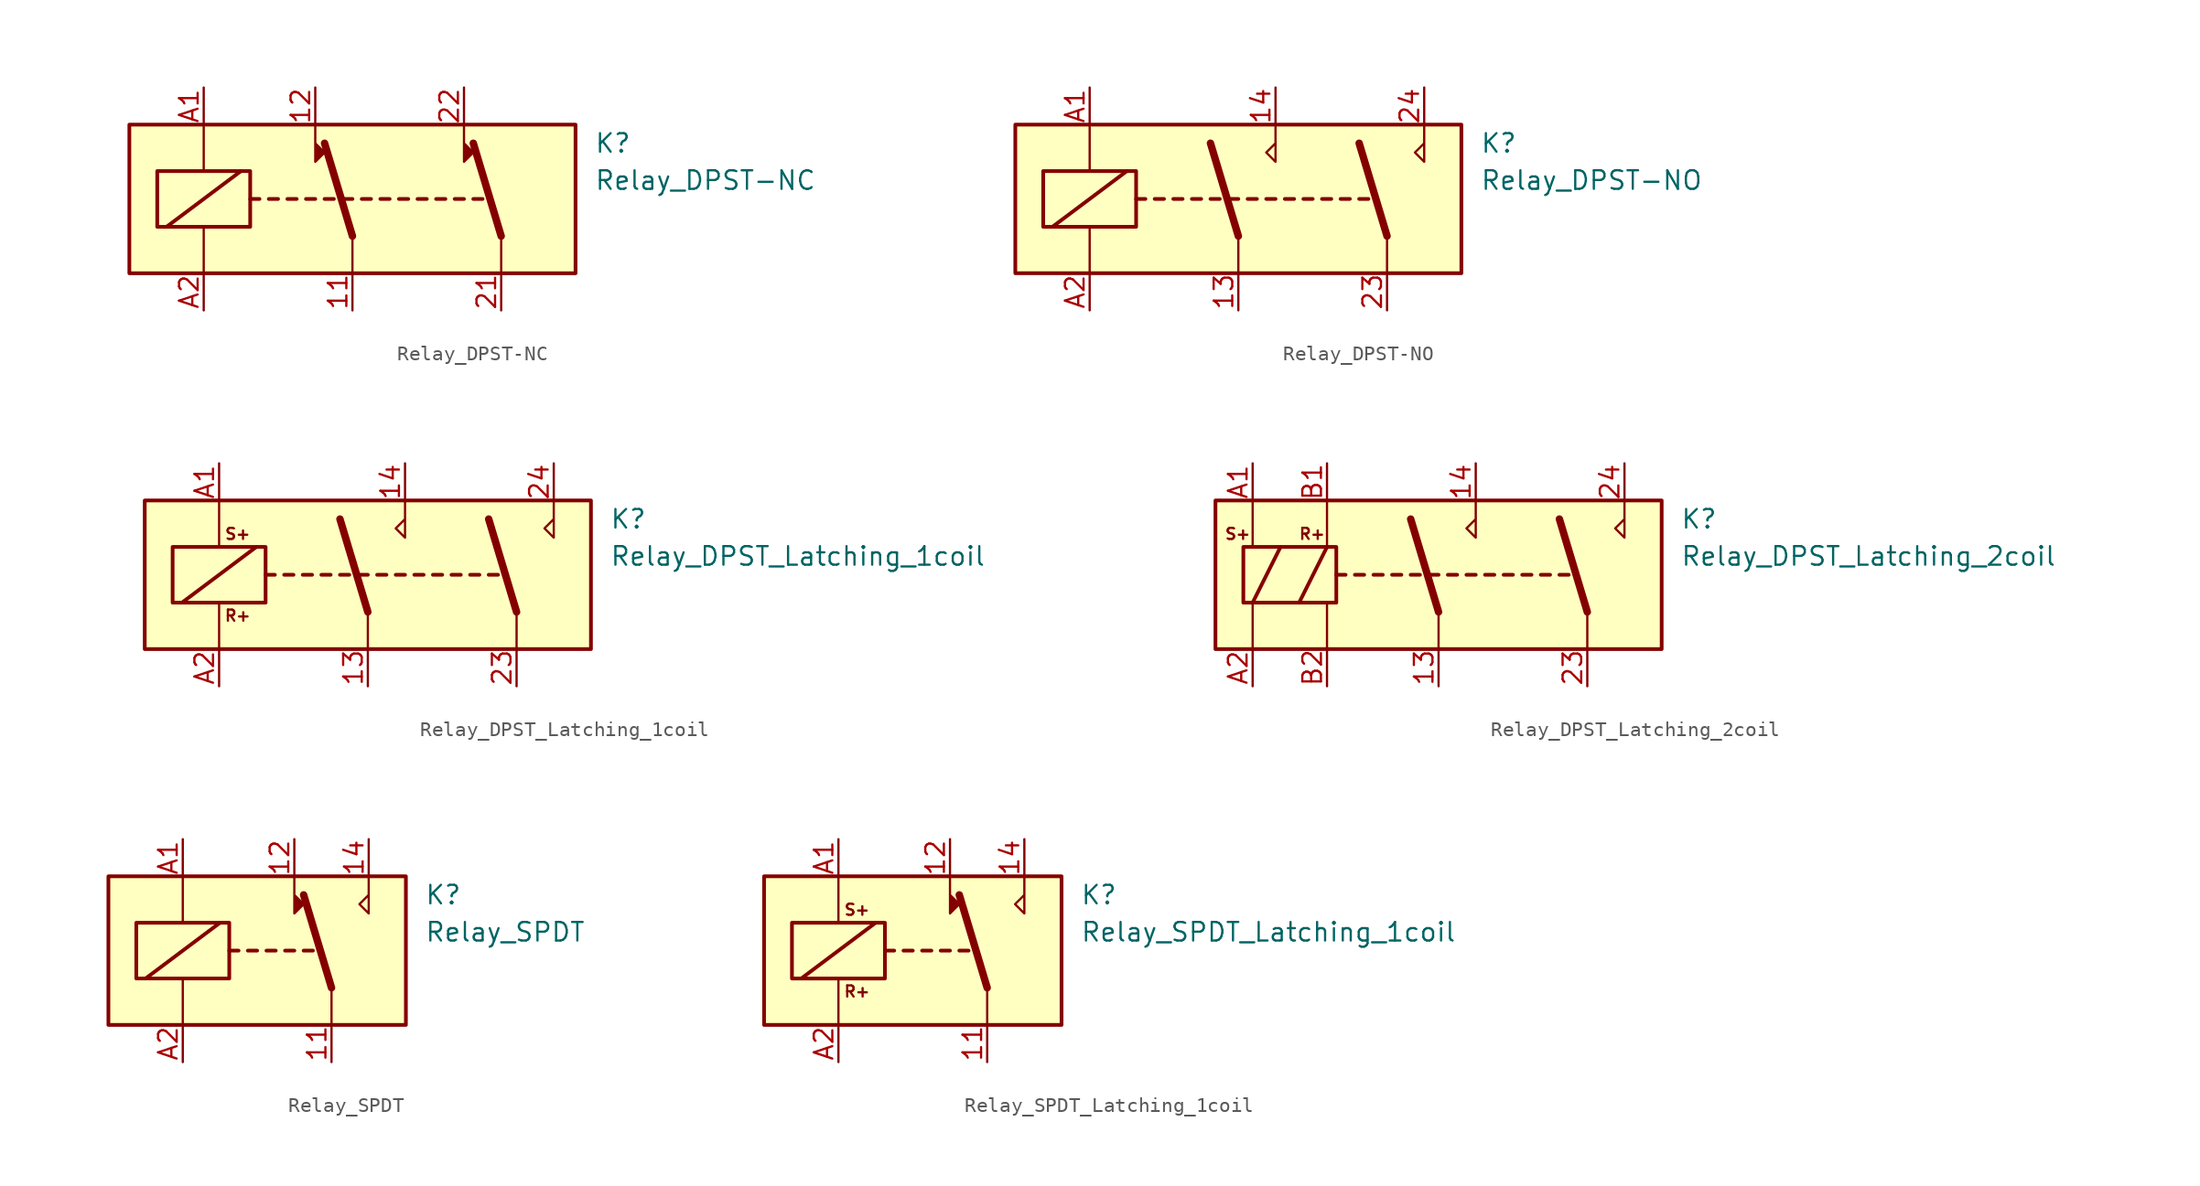
<source format=kicad_sym>
(kicad_symbol_lib
  (version 20231120)
  (generator "kicad_symbol_editor")
  (generator_version "8.0")
  (symbol "Relay_DPST-NC"
    (property "Reference" "K"
      (at 16.51 3.81 0)
      (effects (font (size 1.27 1.27)) (justify left)))
    (property "Value" "Relay_DPST-NC"
      (at 16.51 1.27 0)
      (effects (font (size 1.27 1.27)) (justify left)))
    (symbol "Relay_DPST-NC_0_1"
      (rectangle (start -13.335 1.905) (end -6.985 -1.905) (stroke (width 0.254) (type default)) (fill (type none)))
      (polyline (pts (xy -12.7 -1.905) (xy -7.62 1.905)) (stroke (width 0.254) (type default)) (fill (type none)))
      (polyline (pts (xy -10.16 -5.08) (xy -10.16 -1.905)) (stroke (width 0) (type default)) (fill (type none)))
      (polyline (pts (xy -10.16 5.08) (xy -10.16 1.905)) (stroke (width 0) (type default)) (fill (type none)))
      (polyline (pts (xy -6.985 0) (xy -6.35 0)) (stroke (width 0.254) (type default)) (fill (type none)))
      (polyline (pts (xy -5.715 0) (xy -5.08 0)) (stroke (width 0.254) (type default)) (fill (type none)))
      (polyline (pts (xy -4.445 0) (xy -3.81 0)) (stroke (width 0.254) (type default)) (fill (type none)))
      (polyline (pts (xy -3.175 0) (xy -2.54 0)) (stroke (width 0.254) (type default)) (fill (type none)))
      (polyline (pts (xy -1.905 0) (xy -1.27 0)) (stroke (width 0.254) (type default)) (fill (type none)))
      (polyline (pts (xy -0.635 0) (xy 0 0)) (stroke (width 0.254) (type default)) (fill (type none)))
      (polyline (pts (xy 0 -2.54) (xy -1.905 3.81)) (stroke (width 0.508) (type default)) (fill (type none)))
      (polyline (pts (xy 0 -2.54) (xy 0 -5.08)) (stroke (width 0) (type default)) (fill (type none)))
      (polyline (pts (xy 0.635 0) (xy 1.27 0)) (stroke (width 0.254) (type default)) (fill (type none)))
      (polyline (pts (xy 1.905 0) (xy 2.54 0)) (stroke (width 0.254) (type default)) (fill (type none)))
      (polyline (pts (xy 3.175 0) (xy 3.81 0)) (stroke (width 0.254) (type default)) (fill (type none)))
      (polyline (pts (xy 4.445 0) (xy 5.08 0)) (stroke (width 0.254) (type default)) (fill (type none)))
      (polyline (pts (xy 5.715 0) (xy 6.35 0)) (stroke (width 0.254) (type default)) (fill (type none)))
      (polyline (pts (xy 6.985 0) (xy 7.62 0)) (stroke (width 0.254) (type default)) (fill (type none)))
      (polyline (pts (xy 8.255 0) (xy 8.89 0)) (stroke (width 0.254) (type default)) (fill (type none)))
      (polyline (pts (xy 10.16 -2.54) (xy 8.255 3.81)) (stroke (width 0.508) (type default)) (fill (type none)))
      (polyline (pts (xy 10.16 -2.54) (xy 10.16 -5.08)) (stroke (width 0) (type default)) (fill (type none)))
      (polyline (pts (xy -2.54 5.08) (xy -2.54 2.54) (xy -1.905 3.175) (xy -2.54 3.81)) (stroke (width 0) (type default)) (fill (type outline)))
      (polyline (pts (xy 7.62 5.08) (xy 7.62 2.54) (xy 8.255 3.175) (xy 7.62 3.81)) (stroke (width 0) (type default)) (fill (type outline))))
    (symbol "Relay_DPST-NC_1_1"
      (rectangle (start -15.24 5.08) (end 15.24 -5.08) (stroke (width 0.254) (type default)) (fill (type background)))
      (pin passive line (at 0 -7.62 90) (length 2.54) (name "~" (effects (font (size 1.27 1.27)))) (number "11" (effects (font (size 1.27 1.27)))))
      (pin passive line (at -2.54 7.62 270) (length 2.54) (name "~" (effects (font (size 1.27 1.27)))) (number "12" (effects (font (size 1.27 1.27)))))
      (pin passive line (at 10.16 -7.62 90) (length 2.54) (name "~" (effects (font (size 1.27 1.27)))) (number "21" (effects (font (size 1.27 1.27)))))
      (pin passive line (at 7.62 7.62 270) (length 2.54) (name "~" (effects (font (size 1.27 1.27)))) (number "22" (effects (font (size 1.27 1.27)))))
      (pin passive line (at -10.16 7.62 270) (length 2.54) (name "~" (effects (font (size 1.27 1.27)))) (number "A1" (effects (font (size 1.27 1.27)))))
      (pin passive line (at -10.16 -7.62 90) (length 2.54) (name "~" (effects (font (size 1.27 1.27)))) (number "A2" (effects (font (size 1.27 1.27)))))))
  (symbol "Relay_DPST-NO"
    (property "Reference" "K"
      (at 16.51 3.81 0)
      (effects (font (size 1.27 1.27)) (justify left)))
    (property "Value" "Relay_DPST-NO"
      (at 16.51 1.27 0)
      (effects (font (size 1.27 1.27)) (justify left)))
    (symbol "Relay_DPST-NO_0_1"
      (rectangle (start -15.24 5.08) (end 15.24 -5.08) (stroke (width 0.254) (type default)) (fill (type background)))
      (rectangle (start -13.335 1.905) (end -6.985 -1.905) (stroke (width 0.254) (type default)) (fill (type none)))
      (polyline (pts (xy -12.7 -1.905) (xy -7.62 1.905)) (stroke (width 0.254) (type default)) (fill (type none)))
      (polyline (pts (xy -10.16 -5.08) (xy -10.16 -1.905)) (stroke (width 0) (type default)) (fill (type none)))
      (polyline (pts (xy -10.16 5.08) (xy -10.16 1.905)) (stroke (width 0) (type default)) (fill (type none)))
      (polyline (pts (xy -6.985 0) (xy -6.35 0)) (stroke (width 0.254) (type default)) (fill (type none)))
      (polyline (pts (xy -5.715 0) (xy -5.08 0)) (stroke (width 0.254) (type default)) (fill (type none)))
      (polyline (pts (xy -4.445 0) (xy -3.81 0)) (stroke (width 0.254) (type default)) (fill (type none)))
      (polyline (pts (xy -3.175 0) (xy -2.54 0)) (stroke (width 0.254) (type default)) (fill (type none)))
      (polyline (pts (xy -1.905 0) (xy -1.27 0)) (stroke (width 0.254) (type default)) (fill (type none)))
      (polyline (pts (xy -0.635 0) (xy 0 0)) (stroke (width 0.254) (type default)) (fill (type none)))
      (polyline (pts (xy 0 -2.54) (xy -1.905 3.81)) (stroke (width 0.508) (type default)) (fill (type none)))
      (polyline (pts (xy 0 -2.54) (xy 0 -5.08)) (stroke (width 0) (type default)) (fill (type none)))
      (polyline (pts (xy 0.635 0) (xy 1.27 0)) (stroke (width 0.254) (type default)) (fill (type none)))
      (polyline (pts (xy 1.905 0) (xy 2.54 0)) (stroke (width 0.254) (type default)) (fill (type none)))
      (polyline (pts (xy 3.175 0) (xy 3.81 0)) (stroke (width 0.254) (type default)) (fill (type none)))
      (polyline (pts (xy 4.445 0) (xy 5.08 0)) (stroke (width 0.254) (type default)) (fill (type none)))
      (polyline (pts (xy 5.715 0) (xy 6.35 0)) (stroke (width 0.254) (type default)) (fill (type none)))
      (polyline (pts (xy 6.985 0) (xy 7.62 0)) (stroke (width 0.254) (type default)) (fill (type none)))
      (polyline (pts (xy 8.255 0) (xy 8.89 0)) (stroke (width 0.254) (type default)) (fill (type none)))
      (polyline (pts (xy 10.16 -2.54) (xy 8.255 3.81)) (stroke (width 0.508) (type default)) (fill (type none)))
      (polyline (pts (xy 10.16 -2.54) (xy 10.16 -5.08)) (stroke (width 0) (type default)) (fill (type none)))
      (polyline (pts (xy 2.54 5.08) (xy 2.54 2.54) (xy 1.905 3.175) (xy 2.54 3.81)) (stroke (width 0) (type default)) (fill (type none)))
      (polyline (pts (xy 12.7 5.08) (xy 12.7 2.54) (xy 12.065 3.175) (xy 12.7 3.81)) (stroke (width 0) (type default)) (fill (type none))))
    (symbol "Relay_DPST-NO_1_1"
      (pin passive line (at 0 -7.62 90) (length 2.54) (name "~" (effects (font (size 1.27 1.27)))) (number "13" (effects (font (size 1.27 1.27)))))
      (pin passive line (at 2.54 7.62 270) (length 2.54) (name "~" (effects (font (size 1.27 1.27)))) (number "14" (effects (font (size 1.27 1.27)))))
      (pin passive line (at 10.16 -7.62 90) (length 2.54) (name "~" (effects (font (size 1.27 1.27)))) (number "23" (effects (font (size 1.27 1.27)))))
      (pin passive line (at 12.7 7.62 270) (length 2.54) (name "~" (effects (font (size 1.27 1.27)))) (number "24" (effects (font (size 1.27 1.27)))))
      (pin passive line (at -10.16 7.62 270) (length 2.54) (name "~" (effects (font (size 1.27 1.27)))) (number "A1" (effects (font (size 1.27 1.27)))))
      (pin passive line (at -10.16 -7.62 90) (length 2.54) (name "~" (effects (font (size 1.27 1.27)))) (number "A2" (effects (font (size 1.27 1.27)))))))
  (symbol "Relay_DPST_Latching_1coil"
    (property "Reference" "K"
      (at 16.51 3.81 0)
      (effects (font (size 1.27 1.27)) (justify left)))
    (property "Value" "Relay_DPST_Latching_1coil"
      (at 16.51 1.27 0)
      (effects (font (size 1.27 1.27)) (justify left)))
    (symbol "Relay_DPST_Latching_1coil_0_1"
      (rectangle (start -13.335 1.905) (end -6.985 -1.905) (stroke (width 0.254) (type default)) (fill (type none)))
      (polyline (pts (xy -12.7 -1.905) (xy -7.62 1.905)) (stroke (width 0.254) (type default)) (fill (type none)))
      (polyline (pts (xy -10.16 -5.08) (xy -10.16 -1.905)) (stroke (width 0) (type default)) (fill (type none)))
      (polyline (pts (xy -10.16 5.08) (xy -10.16 1.905)) (stroke (width 0) (type default)) (fill (type none)))
      (polyline (pts (xy -6.985 0) (xy -6.35 0)) (stroke (width 0.254) (type default)) (fill (type none)))
      (polyline (pts (xy -5.715 0) (xy -5.08 0)) (stroke (width 0.254) (type default)) (fill (type none)))
      (polyline (pts (xy -4.445 0) (xy -3.81 0)) (stroke (width 0.254) (type default)) (fill (type none)))
      (polyline (pts (xy -3.175 0) (xy -2.54 0)) (stroke (width 0.254) (type default)) (fill (type none)))
      (polyline (pts (xy -1.905 0) (xy -1.27 0)) (stroke (width 0.254) (type default)) (fill (type none)))
      (polyline (pts (xy -0.635 0) (xy 0 0)) (stroke (width 0.254) (type default)) (fill (type none)))
      (polyline (pts (xy 0 -2.54) (xy -1.905 3.81)) (stroke (width 0.508) (type default)) (fill (type none)))
      (polyline (pts (xy 0 -2.54) (xy 0 -5.08)) (stroke (width 0) (type default)) (fill (type none)))
      (polyline (pts (xy 0.635 0) (xy 1.27 0)) (stroke (width 0.254) (type default)) (fill (type none)))
      (polyline (pts (xy 1.905 0) (xy 2.54 0)) (stroke (width 0.254) (type default)) (fill (type none)))
      (polyline (pts (xy 3.175 0) (xy 3.81 0)) (stroke (width 0.254) (type default)) (fill (type none)))
      (polyline (pts (xy 4.445 0) (xy 5.08 0)) (stroke (width 0.254) (type default)) (fill (type none)))
      (polyline (pts (xy 5.715 0) (xy 6.35 0)) (stroke (width 0.254) (type default)) (fill (type none)))
      (polyline (pts (xy 6.985 0) (xy 7.62 0)) (stroke (width 0.254) (type default)) (fill (type none)))
      (polyline (pts (xy 8.255 0) (xy 8.89 0)) (stroke (width 0.254) (type default)) (fill (type none)))
      (polyline (pts (xy 10.16 -2.54) (xy 8.255 3.81)) (stroke (width 0.508) (type default)) (fill (type none)))
      (polyline (pts (xy 10.16 -2.54) (xy 10.16 -5.08)) (stroke (width 0) (type default)) (fill (type none)))
      (polyline (pts (xy 2.54 5.08) (xy 2.54 2.54) (xy 1.905 3.175) (xy 2.54 3.81)) (stroke (width 0) (type default)) (fill (type none)))
      (polyline (pts (xy 12.7 5.08) (xy 12.7 2.54) (xy 12.065 3.175) (xy 12.7 3.81)) (stroke (width 0) (type default)) (fill (type none))))
    (symbol "Relay_DPST_Latching_1coil_1_0"
      (text "R+" (at -8.89 -2.794 0) (effects (font (size 0.762 0.762))))
      (text "S+" (at -8.89 2.794 0) (effects (font (size 0.762 0.762)))))
    (symbol "Relay_DPST_Latching_1coil_1_1"
      (rectangle (start -15.24 5.08) (end 15.24 -5.08) (stroke (width 0.254) (type default)) (fill (type background)))
      (pin passive line (at 0 -7.62 90) (length 2.54) (name "~" (effects (font (size 1.27 1.27)))) (number "13" (effects (font (size 1.27 1.27)))))
      (pin passive line (at 2.54 7.62 270) (length 2.54) (name "~" (effects (font (size 1.27 1.27)))) (number "14" (effects (font (size 1.27 1.27)))))
      (pin passive line (at 10.16 -7.62 90) (length 2.54) (name "~" (effects (font (size 1.27 1.27)))) (number "23" (effects (font (size 1.27 1.27)))))
      (pin passive line (at 12.7 7.62 270) (length 2.54) (name "~" (effects (font (size 1.27 1.27)))) (number "24" (effects (font (size 1.27 1.27)))))
      (pin passive line (at -10.16 7.62 270) (length 2.54) (name "~" (effects (font (size 1.27 1.27)))) (number "A1" (effects (font (size 1.27 1.27)))))
      (pin passive line (at -10.16 -7.62 90) (length 2.54) (name "~" (effects (font (size 1.27 1.27)))) (number "A2" (effects (font (size 1.27 1.27)))))))
  (symbol "Relay_DPST_Latching_2coil"
    (property "Reference" "K"
      (at 16.51 3.81 0)
      (effects (font (size 1.27 1.27)) (justify left)))
    (property "Value" "Relay_DPST_Latching_2coil"
      (at 16.51 1.27 0)
      (effects (font (size 1.27 1.27)) (justify left)))
    (symbol "Relay_DPST_Latching_2coil_0_0"
      (polyline (pts (xy 2.54 5.08) (xy 2.54 2.54) (xy 1.905 3.175) (xy 2.54 3.81)) (stroke (width 0) (type default)) (fill (type none)))
      (polyline (pts (xy 12.7 5.08) (xy 12.7 2.54) (xy 12.065 3.175) (xy 12.7 3.81)) (stroke (width 0) (type default)) (fill (type none))))
    (symbol "Relay_DPST_Latching_2coil_0_1"
      (rectangle (start -13.335 1.905) (end -6.985 -1.905) (stroke (width 0.254) (type default)) (fill (type none)))
      (polyline (pts (xy -12.7 -5.08) (xy -12.7 -1.905)) (stroke (width 0) (type default)) (fill (type none)))
      (polyline (pts (xy -12.7 5.08) (xy -12.7 1.905)) (stroke (width 0) (type default)) (fill (type none)))
      (polyline (pts (xy -7.62 -5.08) (xy -7.62 -1.905)) (stroke (width 0) (type default)) (fill (type none)))
      (polyline (pts (xy -7.62 5.08) (xy -7.62 1.905)) (stroke (width 0) (type default)) (fill (type none)))
      (polyline (pts (xy -6.985 0) (xy -6.35 0)) (stroke (width 0.254) (type default)) (fill (type none)))
      (polyline (pts (xy -5.715 0) (xy -5.08 0)) (stroke (width 0.254) (type default)) (fill (type none)))
      (polyline (pts (xy -4.445 0) (xy -3.81 0)) (stroke (width 0.254) (type default)) (fill (type none)))
      (polyline (pts (xy -3.175 0) (xy -2.54 0)) (stroke (width 0.254) (type default)) (fill (type none)))
      (polyline (pts (xy -1.905 0) (xy -1.27 0)) (stroke (width 0.254) (type default)) (fill (type none)))
      (polyline (pts (xy -0.635 0) (xy 0 0)) (stroke (width 0.254) (type default)) (fill (type none)))
      (polyline (pts (xy 0 -2.54) (xy -1.905 3.81)) (stroke (width 0.508) (type default)) (fill (type none)))
      (polyline (pts (xy 0 -2.54) (xy 0 -5.08)) (stroke (width 0) (type default)) (fill (type none)))
      (polyline (pts (xy 0.635 0) (xy 1.27 0)) (stroke (width 0.254) (type default)) (fill (type none)))
      (polyline (pts (xy 1.905 0) (xy 2.54 0)) (stroke (width 0.254) (type default)) (fill (type none)))
      (polyline (pts (xy 3.175 0) (xy 3.81 0)) (stroke (width 0.254) (type default)) (fill (type none)))
      (polyline (pts (xy 4.445 0) (xy 5.08 0)) (stroke (width 0.254) (type default)) (fill (type none)))
      (polyline (pts (xy 5.715 0) (xy 6.35 0)) (stroke (width 0.254) (type default)) (fill (type none)))
      (polyline (pts (xy 6.985 0) (xy 7.62 0)) (stroke (width 0.254) (type default)) (fill (type none)))
      (polyline (pts (xy 8.255 0) (xy 8.89 0)) (stroke (width 0.254) (type default)) (fill (type none)))
      (polyline (pts (xy 10.16 -2.54) (xy 8.255 3.81)) (stroke (width 0.508) (type default)) (fill (type none)))
      (polyline (pts (xy 10.16 -2.54) (xy 10.16 -5.08)) (stroke (width 0) (type default)) (fill (type none))))
    (symbol "Relay_DPST_Latching_2coil_1_0"
      (text "R+" (at -8.636 2.794 0) (effects (font (size 0.762 0.762))))
      (text "S+" (at -13.716 2.794 0) (effects (font (size 0.762 0.762)))))
    (symbol "Relay_DPST_Latching_2coil_1_1"
      (rectangle (start -15.24 5.08) (end 15.24 -5.08) (stroke (width 0.254) (type default)) (fill (type background)))
      (polyline (pts (xy -12.7 -1.905) (xy -10.795 1.905)) (stroke (width 0.254) (type default)) (fill (type none)))
      (polyline (pts (xy -9.525 -1.905) (xy -7.62 1.905)) (stroke (width 0.254) (type default)) (fill (type none)))
      (pin passive line (at 0 -7.62 90) (length 2.54) (name "~" (effects (font (size 1.27 1.27)))) (number "13" (effects (font (size 1.27 1.27)))))
      (pin passive line (at 2.54 7.62 270) (length 2.54) (name "~" (effects (font (size 1.27 1.27)))) (number "14" (effects (font (size 1.27 1.27)))))
      (pin passive line (at 10.16 -7.62 90) (length 2.54) (name "~" (effects (font (size 1.27 1.27)))) (number "23" (effects (font (size 1.27 1.27)))))
      (pin passive line (at 12.7 7.62 270) (length 2.54) (name "~" (effects (font (size 1.27 1.27)))) (number "24" (effects (font (size 1.27 1.27)))))
      (pin passive line (at -12.7 7.62 270) (length 2.54) (name "~" (effects (font (size 1.27 1.27)))) (number "A1" (effects (font (size 1.27 1.27)))))
      (pin passive line (at -12.7 -7.62 90) (length 2.54) (name "~" (effects (font (size 1.27 1.27)))) (number "A2" (effects (font (size 1.27 1.27)))))
      (pin passive line (at -7.62 7.62 270) (length 2.54) (name "~" (effects (font (size 1.27 1.27)))) (number "B1" (effects (font (size 1.27 1.27)))))
      (pin passive line (at -7.62 -7.62 90) (length 2.54) (name "~" (effects (font (size 1.27 1.27)))) (number "B2" (effects (font (size 1.27 1.27)))))))
  (symbol "Relay_SPDT"
    (property "Reference" "K"
      (at 11.43 3.81 0)
      (effects (font (size 1.27 1.27)) (justify left)))
    (property "Value" "Relay_SPDT"
      (at 11.43 1.27 0)
      (effects (font (size 1.27 1.27)) (justify left)))
    (symbol "Relay_SPDT_0_0"
      (polyline (pts (xy 7.62 5.08) (xy 7.62 2.54) (xy 6.985 3.175) (xy 7.62 3.81)) (stroke (width 0) (type default)) (fill (type none))))
    (symbol "Relay_SPDT_0_1"
      (rectangle (start -10.16 5.08) (end 10.16 -5.08) (stroke (width 0.254) (type default)) (fill (type background)))
      (rectangle (start -8.255 1.905) (end -1.905 -1.905) (stroke (width 0.254) (type default)) (fill (type none)))
      (polyline (pts (xy -7.62 -1.905) (xy -2.54 1.905)) (stroke (width 0.254) (type default)) (fill (type none)))
      (polyline (pts (xy -5.08 -5.08) (xy -5.08 -1.905)) (stroke (width 0) (type default)) (fill (type none)))
      (polyline (pts (xy -5.08 5.08) (xy -5.08 1.905)) (stroke (width 0) (type default)) (fill (type none)))
      (polyline (pts (xy -1.905 0) (xy -1.27 0)) (stroke (width 0.254) (type default)) (fill (type none)))
      (polyline (pts (xy -0.635 0) (xy 0 0)) (stroke (width 0.254) (type default)) (fill (type none)))
      (polyline (pts (xy 0.635 0) (xy 1.27 0)) (stroke (width 0.254) (type default)) (fill (type none)))
      (polyline (pts (xy 1.905 0) (xy 2.54 0)) (stroke (width 0.254) (type default)) (fill (type none)))
      (polyline (pts (xy 3.175 0) (xy 3.81 0)) (stroke (width 0.254) (type default)) (fill (type none)))
      (polyline (pts (xy 5.08 -2.54) (xy 3.175 3.81)) (stroke (width 0.508) (type default)) (fill (type none)))
      (polyline (pts (xy 5.08 -2.54) (xy 5.08 -5.08)) (stroke (width 0) (type default)) (fill (type none)))
      (polyline (pts (xy 2.54 5.08) (xy 2.54 2.54) (xy 3.175 3.175) (xy 2.54 3.81)) (stroke (width 0) (type default)) (fill (type outline))))
    (symbol "Relay_SPDT_1_1"
      (pin passive line (at 5.08 -7.62 90) (length 2.54) (name "~" (effects (font (size 1.27 1.27)))) (number "11" (effects (font (size 1.27 1.27)))))
      (pin passive line (at 2.54 7.62 270) (length 2.54) (name "~" (effects (font (size 1.27 1.27)))) (number "12" (effects (font (size 1.27 1.27)))))
      (pin passive line (at 7.62 7.62 270) (length 2.54) (name "~" (effects (font (size 1.27 1.27)))) (number "14" (effects (font (size 1.27 1.27)))))
      (pin passive line (at -5.08 7.62 270) (length 2.54) (name "~" (effects (font (size 1.27 1.27)))) (number "A1" (effects (font (size 1.27 1.27)))))
      (pin passive line (at -5.08 -7.62 90) (length 2.54) (name "~" (effects (font (size 1.27 1.27)))) (number "A2" (effects (font (size 1.27 1.27)))))))
  (symbol "Relay_SPDT_Latching_1coil"
    (property "Reference" "K"
      (at 11.43 3.81 0)
      (effects (font (size 1.27 1.27)) (justify left)))
    (property "Value" "Relay_SPDT_Latching_1coil"
      (at 11.43 1.27 0)
      (effects (font (size 1.27 1.27)) (justify left)))
    (symbol "Relay_SPDT_Latching_1coil_0_0"
      (polyline (pts (xy 7.62 5.08) (xy 7.62 2.54) (xy 6.985 3.175) (xy 7.62 3.81)) (stroke (width 0) (type default)) (fill (type none))))
    (symbol "Relay_SPDT_Latching_1coil_0_1"
      (rectangle (start -8.255 1.905) (end -1.905 -1.905) (stroke (width 0.254) (type default)) (fill (type none)))
      (polyline (pts (xy -7.62 -1.905) (xy -2.54 1.905)) (stroke (width 0.254) (type default)) (fill (type none)))
      (polyline (pts (xy -5.08 -5.08) (xy -5.08 -1.905)) (stroke (width 0) (type default)) (fill (type none)))
      (polyline (pts (xy -5.08 5.08) (xy -5.08 1.905)) (stroke (width 0) (type default)) (fill (type none)))
      (polyline (pts (xy -1.905 0) (xy -1.27 0)) (stroke (width 0.254) (type default)) (fill (type none)))
      (polyline (pts (xy -0.635 0) (xy 0 0)) (stroke (width 0.254) (type default)) (fill (type none)))
      (polyline (pts (xy 0.635 0) (xy 1.27 0)) (stroke (width 0.254) (type default)) (fill (type none)))
      (polyline (pts (xy 1.905 0) (xy 2.54 0)) (stroke (width 0.254) (type default)) (fill (type none)))
      (polyline (pts (xy 3.175 0) (xy 3.81 0)) (stroke (width 0.254) (type default)) (fill (type none)))
      (polyline (pts (xy 5.08 -2.54) (xy 3.175 3.81)) (stroke (width 0.508) (type default)) (fill (type none)))
      (polyline (pts (xy 5.08 -2.54) (xy 5.08 -5.08)) (stroke (width 0) (type default)) (fill (type none)))
      (polyline (pts (xy 2.54 5.08) (xy 2.54 2.54) (xy 3.175 3.175) (xy 2.54 3.81)) (stroke (width 0) (type default)) (fill (type outline))))
    (symbol "Relay_SPDT_Latching_1coil_1_0"
      (text "R+" (at -3.81 -2.794 0) (effects (font (size 0.762 0.762))))
      (text "S+" (at -3.81 2.794 0) (effects (font (size 0.762 0.762)))))
    (symbol "Relay_SPDT_Latching_1coil_1_1"
      (rectangle (start -10.16 5.08) (end 10.16 -5.08) (stroke (width 0.254) (type default)) (fill (type background)))
      (pin passive line (at 5.08 -7.62 90) (length 2.54) (name "~" (effects (font (size 1.27 1.27)))) (number "11" (effects (font (size 1.27 1.27)))))
      (pin passive line (at 2.54 7.62 270) (length 2.54) (name "~" (effects (font (size 1.27 1.27)))) (number "12" (effects (font (size 1.27 1.27)))))
      (pin passive line (at 7.62 7.62 270) (length 2.54) (name "~" (effects (font (size 1.27 1.27)))) (number "14" (effects (font (size 1.27 1.27)))))
      (pin passive line (at -5.08 7.62 270) (length 2.54) (name "~" (effects (font (size 1.27 1.27)))) (number "A1" (effects (font (size 1.27 1.27)))))
      (pin passive line (at -5.08 -7.62 90) (length 2.54) (name "~" (effects (font (size 1.27 1.27)))) (number "A2" (effects (font (size 1.27 1.27))))))))
</source>
